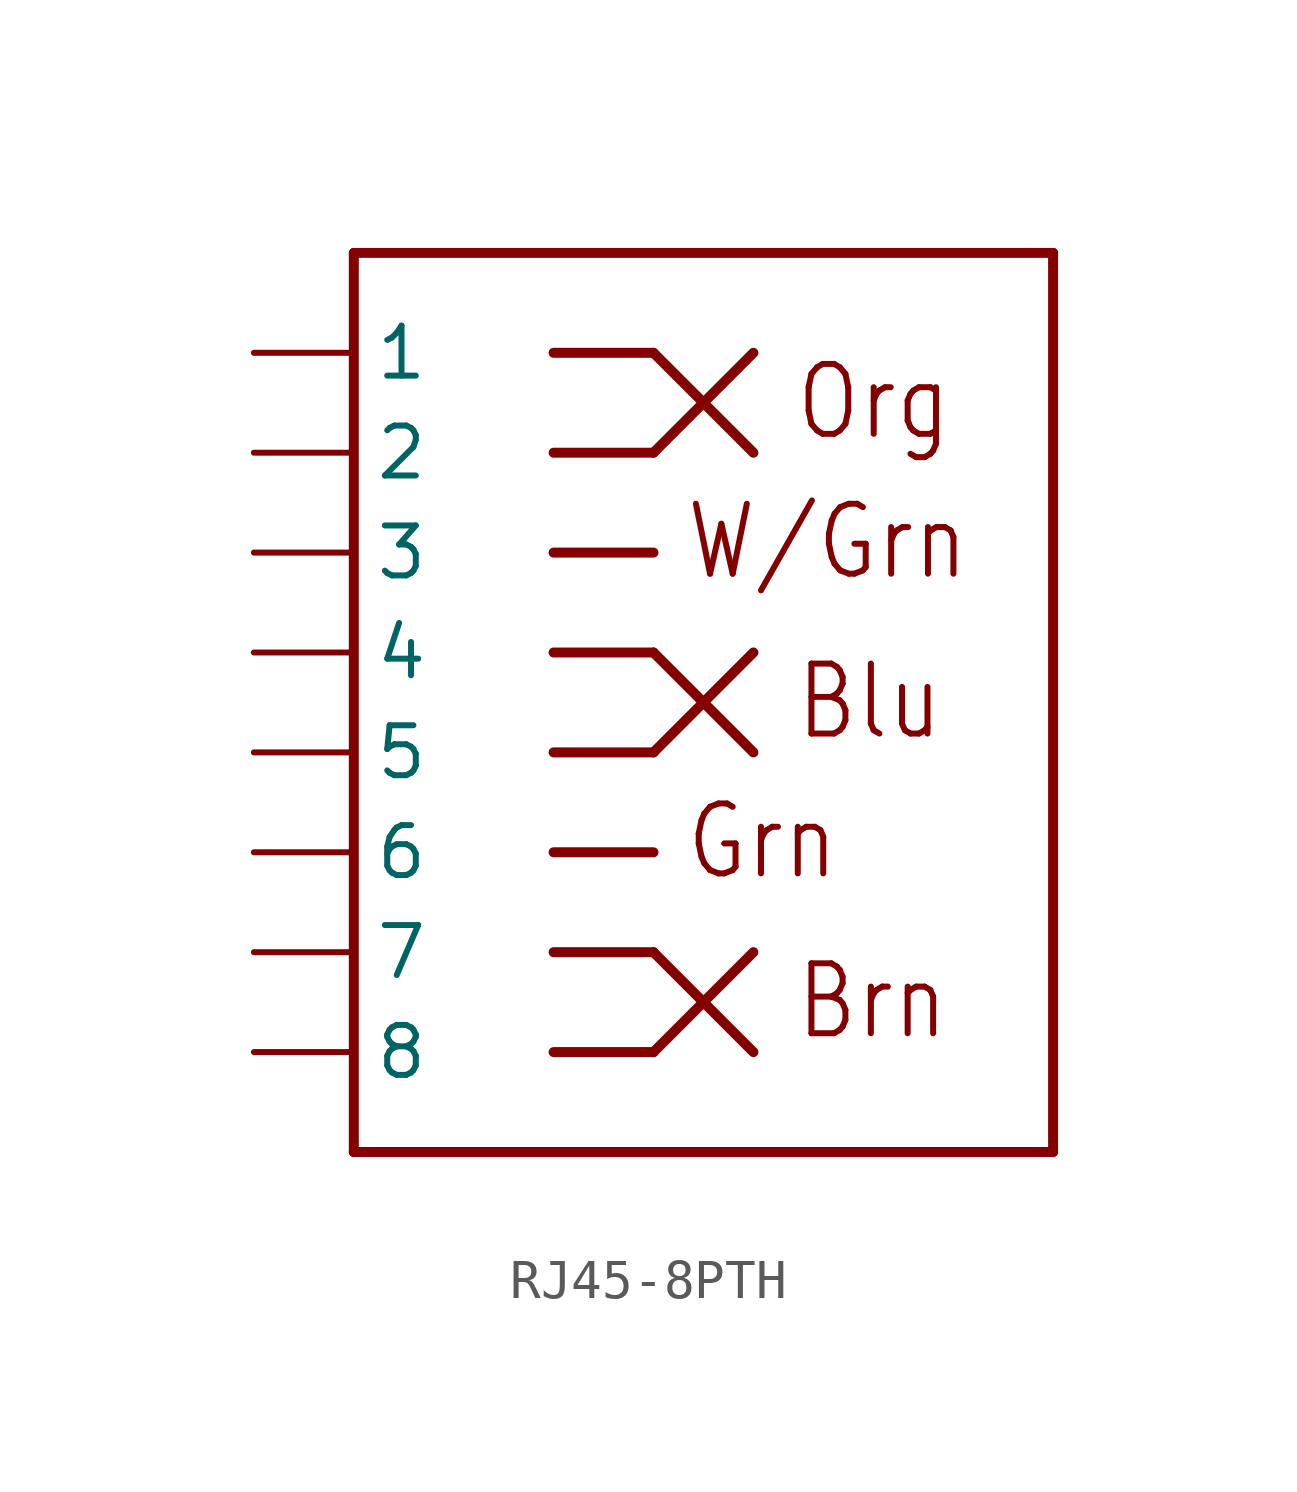
<source format=kicad_sym>
(kicad_symbol_lib
  (version 20231120)
  (generator "kicad_symbol_editor")
  (generator_version "8.0")
  (symbol "RJ45-8PTH"
    (property "Reference" "JP"
      (at -5.08 10.668 0)
      (effects (font (size 1.778 1.511)) (justify left bottom) (hide yes)))
    (property "ki_locked" ""
      (at 0 0 0)
      (effects (font (size 1.27 1.27))))
    (symbol "RJ45-8PTH_1_0"
      (polyline (pts (xy -5.08 -12.7) (xy 12.7 -12.7)) (stroke (width 0.254) (type solid)) (fill (type none)))
      (polyline (pts (xy -5.08 10.16) (xy -5.08 -12.7)) (stroke (width 0.254) (type solid)) (fill (type none)))
      (polyline (pts (xy 0 -10.16) (xy 2.54 -10.16)) (stroke (width 0.254) (type solid)) (fill (type none)))
      (polyline (pts (xy 0 -7.62) (xy 2.54 -7.62)) (stroke (width 0.254) (type solid)) (fill (type none)))
      (polyline (pts (xy 0 -5.08) (xy 2.54 -5.08)) (stroke (width 0.254) (type solid)) (fill (type none)))
      (polyline (pts (xy 0 -2.54) (xy 2.54 -2.54)) (stroke (width 0.254) (type solid)) (fill (type none)))
      (polyline (pts (xy 0 0) (xy 2.54 0)) (stroke (width 0.254) (type solid)) (fill (type none)))
      (polyline (pts (xy 0 2.54) (xy 2.54 2.54)) (stroke (width 0.254) (type solid)) (fill (type none)))
      (polyline (pts (xy 0 5.08) (xy 2.54 5.08)) (stroke (width 0.254) (type solid)) (fill (type none)))
      (polyline (pts (xy 0 7.62) (xy 2.54 7.62)) (stroke (width 0.254) (type solid)) (fill (type none)))
      (polyline (pts (xy 2.54 -10.16) (xy 5.08 -7.62)) (stroke (width 0.254) (type solid)) (fill (type none)))
      (polyline (pts (xy 2.54 -7.62) (xy 5.08 -10.16)) (stroke (width 0.254) (type solid)) (fill (type none)))
      (polyline (pts (xy 2.54 -2.54) (xy 5.08 0)) (stroke (width 0.254) (type solid)) (fill (type none)))
      (polyline (pts (xy 2.54 0) (xy 5.08 -2.54)) (stroke (width 0.254) (type solid)) (fill (type none)))
      (polyline (pts (xy 2.54 5.08) (xy 5.08 7.62)) (stroke (width 0.254) (type solid)) (fill (type none)))
      (polyline (pts (xy 2.54 7.62) (xy 5.08 5.08)) (stroke (width 0.254) (type solid)) (fill (type none)))
      (polyline (pts (xy 12.7 -12.7) (xy 12.7 10.16)) (stroke (width 0.254) (type solid)) (fill (type none)))
      (polyline (pts (xy 12.7 10.16) (xy -5.08 10.16)) (stroke (width 0.254) (type solid)) (fill (type none)))
      (text "Blu" (at 6.096 -2.286 0) (effects (font (size 1.778 1.511)) (justify left bottom)))
      (text "Brn" (at 6.096 -9.906 0) (effects (font (size 1.778 1.511)) (justify left bottom)))
      (text "Grn" (at 3.302 -5.842 0) (effects (font (size 1.778 1.511)) (justify left bottom)))
      (text "Org" (at 6.096 5.334 0) (effects (font (size 1.778 1.511)) (justify left bottom)))
      (text "W/Grn" (at 3.302 1.778 0) (effects (font (size 1.778 1.511)) (justify left bottom)))
      (pin bidirectional line (at -7.62 7.62 0) (length 2.54) (name "1" (effects (font (size 1.27 1.27)))) (number "1" (effects (font (size 0 0)))))
      (pin bidirectional line (at -7.62 5.08 0) (length 2.54) (name "2" (effects (font (size 1.27 1.27)))) (number "2" (effects (font (size 0 0)))))
      (pin bidirectional line (at -7.62 2.54 0) (length 2.54) (name "3" (effects (font (size 1.27 1.27)))) (number "3" (effects (font (size 0 0)))))
      (pin bidirectional line (at -7.62 0 0) (length 2.54) (name "4" (effects (font (size 1.27 1.27)))) (number "4" (effects (font (size 0 0)))))
      (pin bidirectional line (at -7.62 -2.54 0) (length 2.54) (name "5" (effects (font (size 1.27 1.27)))) (number "5" (effects (font (size 0 0)))))
      (pin bidirectional line (at -7.62 -5.08 0) (length 2.54) (name "6" (effects (font (size 1.27 1.27)))) (number "6" (effects (font (size 0 0)))))
      (pin bidirectional line (at -7.62 -7.62 0) (length 2.54) (name "7" (effects (font (size 1.27 1.27)))) (number "7" (effects (font (size 0 0)))))
      (pin bidirectional line (at -7.62 -10.16 0) (length 2.54) (name "8" (effects (font (size 1.27 1.27)))) (number "8" (effects (font (size 0 0))))))))
</source>
